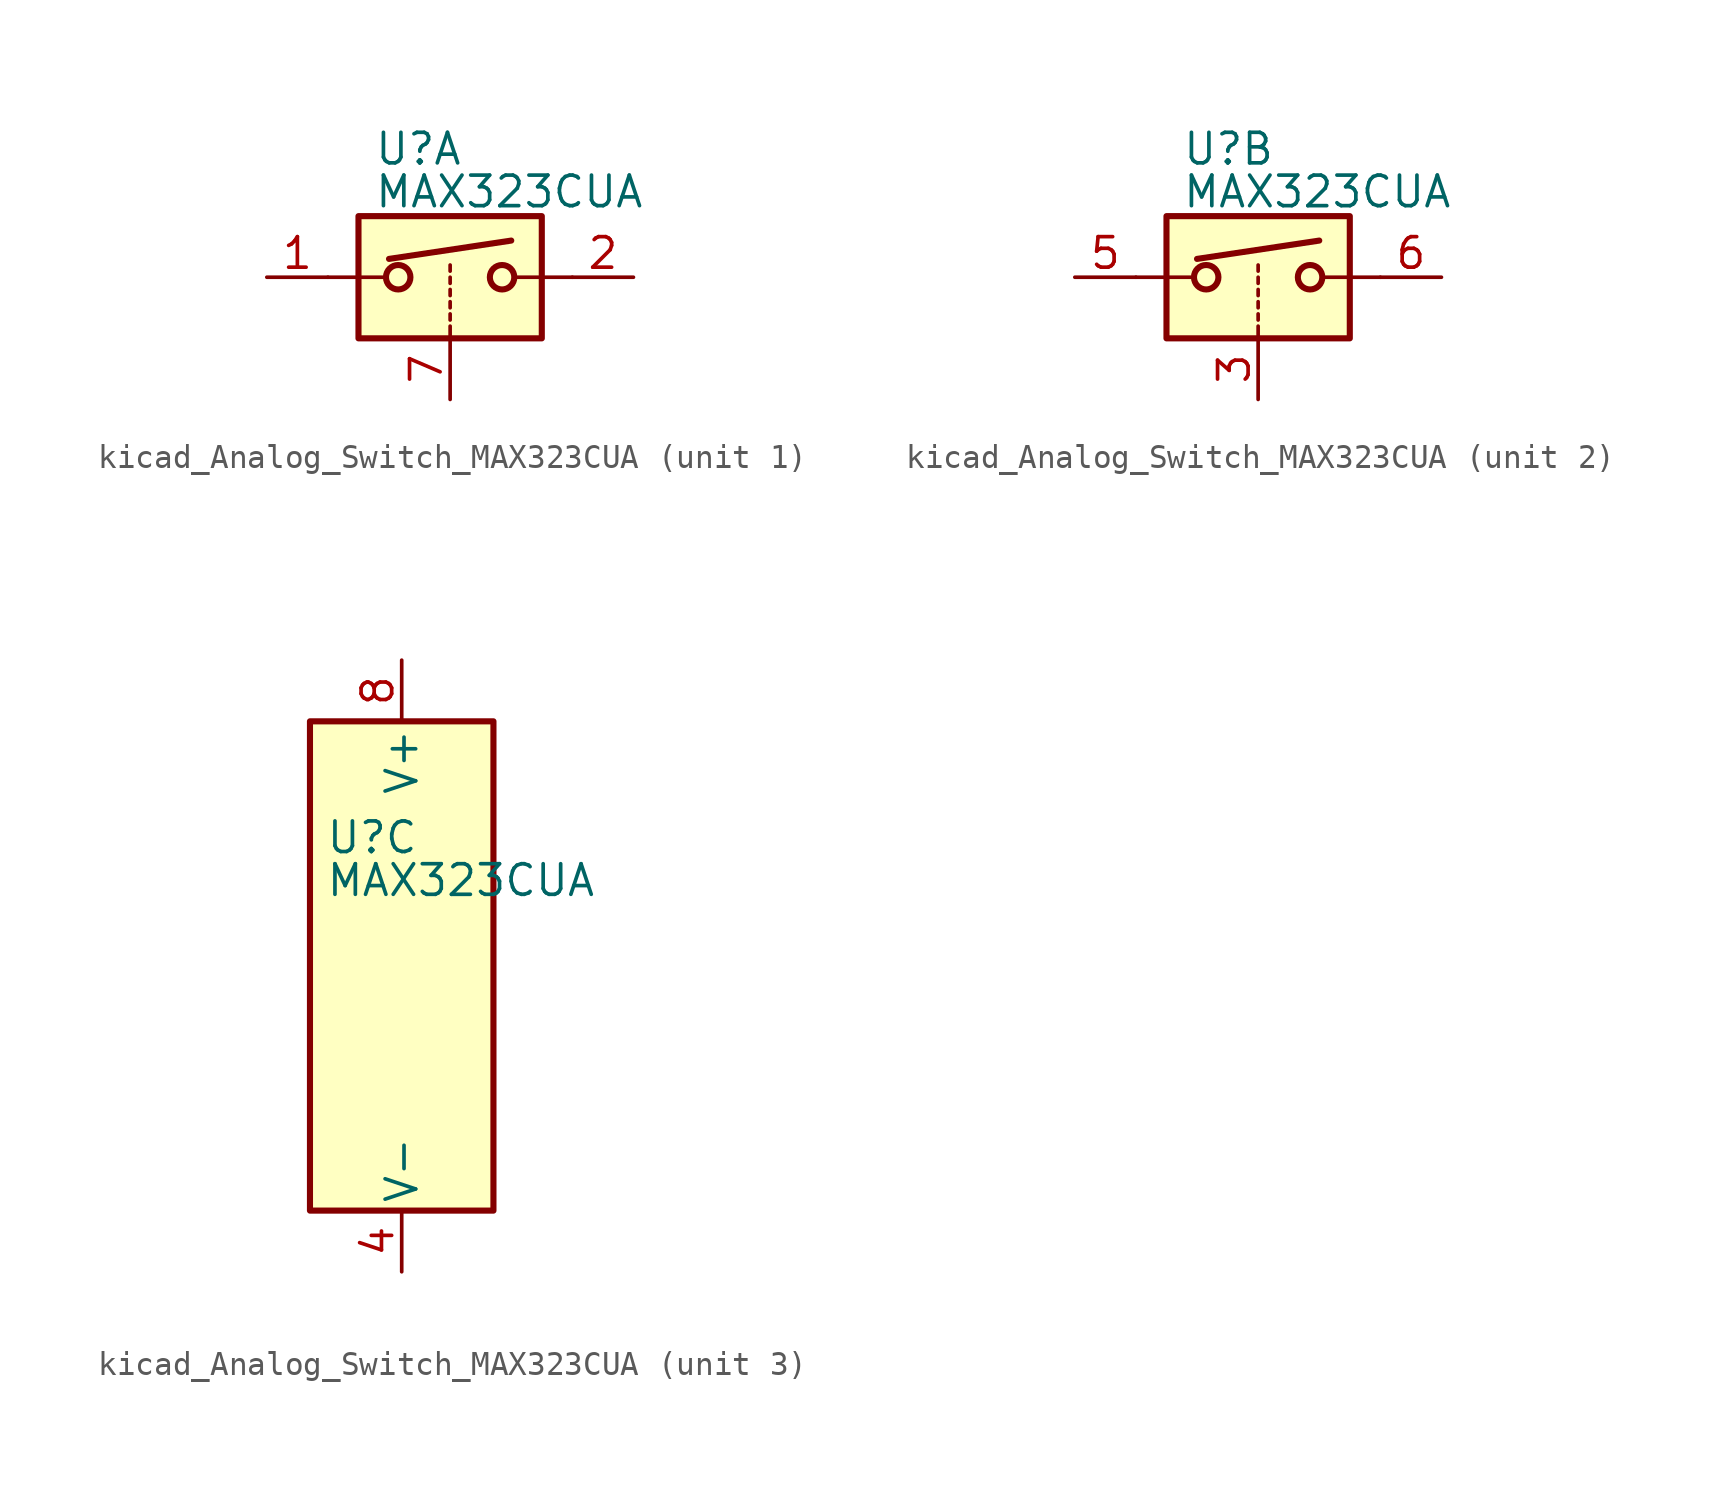
<source format=kicad_sym>
(kicad_symbol_lib
  (version 20220914)
  (generator kicad_symbol_editor)
  (symbol "kicad_Analog_Switch_MAX323CUA"
    (pin_names
      (offset 0.254))
    (property "Reference" "U"
      (at -3.175 5.334 0)
      (effects (font (size 1.27 1.27)) (justify left)))
    (property "Value" "MAX323CUA"
      (at -3.175 3.556 0)
      (effects (font (size 1.27 1.27)) (justify left)))
    (symbol "kicad_Analog_Switch_MAX323CUA_1_1"
      (rectangle (start -3.81 2.54) (end 3.81 -2.54) (stroke (width 0.254) (type default)) (fill (type background)))
      (circle (center -2.159 0) (radius 0.508) (stroke (width 0.254) (type default)) (fill (type none)))
      (polyline (pts (xy -5.08 0) (xy -2.794 0)) (stroke (width 0) (type default)) (fill (type none)))
      (polyline (pts (xy -2.54 0.762) (xy 2.54 1.524)) (stroke (width 0.254) (type default)) (fill (type none)))
      (polyline (pts (xy 0 -2.54) (xy 0 -2.032)) (stroke (width 0) (type default)) (fill (type none)))
      (polyline (pts (xy 0 -1.778) (xy 0 -1.524)) (stroke (width 0) (type default)) (fill (type none)))
      (polyline (pts (xy 0 -1.27) (xy 0 -1.016)) (stroke (width 0) (type default)) (fill (type none)))
      (polyline (pts (xy 0 -0.762) (xy 0 -0.508)) (stroke (width 0) (type default)) (fill (type none)))
      (polyline (pts (xy 0 -0.254) (xy 0 0)) (stroke (width 0) (type default)) (fill (type none)))
      (polyline (pts (xy 0 0.254) (xy 0 0.508)) (stroke (width 0) (type default)) (fill (type none)))
      (polyline (pts (xy 5.08 0) (xy 2.794 0)) (stroke (width 0) (type default)) (fill (type none)))
      (circle (center 2.159 0) (radius 0.508) (stroke (width 0.254) (type default)) (fill (type none)))
      (pin passive line (at -7.62 0 0) (length 2.54) (name "~" (effects (font (size 1.27 1.27)))) (number "1" (effects (font (size 1.27 1.27)))))
      (pin passive line (at 7.62 0 180) (length 2.54) (name "~" (effects (font (size 1.27 1.27)))) (number "2" (effects (font (size 1.27 1.27)))))
      (pin input line (at 0 -5.08 90) (length 2.54) (name "~" (effects (font (size 1.27 1.27)))) (number "7" (effects (font (size 1.27 1.27))))))
    (symbol "kicad_Analog_Switch_MAX323CUA_2_1"
      (rectangle (start -3.81 2.54) (end 3.81 -2.54) (stroke (width 0.254) (type default)) (fill (type background)))
      (circle (center -2.159 0) (radius 0.508) (stroke (width 0.254) (type default)) (fill (type none)))
      (polyline (pts (xy -5.08 0) (xy -2.794 0)) (stroke (width 0) (type default)) (fill (type none)))
      (polyline (pts (xy -2.54 0.762) (xy 2.54 1.524)) (stroke (width 0.254) (type default)) (fill (type none)))
      (polyline (pts (xy 0 -2.54) (xy 0 -2.032)) (stroke (width 0) (type default)) (fill (type none)))
      (polyline (pts (xy 0 -1.778) (xy 0 -1.524)) (stroke (width 0) (type default)) (fill (type none)))
      (polyline (pts (xy 0 -1.27) (xy 0 -1.016)) (stroke (width 0) (type default)) (fill (type none)))
      (polyline (pts (xy 0 -0.762) (xy 0 -0.508)) (stroke (width 0) (type default)) (fill (type none)))
      (polyline (pts (xy 0 -0.254) (xy 0 0)) (stroke (width 0) (type default)) (fill (type none)))
      (polyline (pts (xy 0 0.254) (xy 0 0.508)) (stroke (width 0) (type default)) (fill (type none)))
      (polyline (pts (xy 5.08 0) (xy 2.794 0)) (stroke (width 0) (type default)) (fill (type none)))
      (circle (center 2.159 0) (radius 0.508) (stroke (width 0.254) (type default)) (fill (type none)))
      (pin input line (at 0 -5.08 90) (length 2.54) (name "~" (effects (font (size 1.27 1.27)))) (number "3" (effects (font (size 1.27 1.27)))))
      (pin passive line (at -7.62 0 0) (length 2.54) (name "~" (effects (font (size 1.27 1.27)))) (number "5" (effects (font (size 1.27 1.27)))))
      (pin passive line (at 7.62 0 180) (length 2.54) (name "~" (effects (font (size 1.27 1.27)))) (number "6" (effects (font (size 1.27 1.27))))))
    (symbol "kicad_Analog_Switch_MAX323CUA_3_0"
      (pin power_in line (at 0 -12.7 90) (length 2.54) (name "V-" (effects (font (size 1.27 1.27)))) (number "4" (effects (font (size 1.27 1.27)))))
      (pin power_in line (at 0 12.7 270) (length 2.54) (name "V+" (effects (font (size 1.27 1.27)))) (number "8" (effects (font (size 1.27 1.27))))))
    (symbol "kicad_Analog_Switch_MAX323CUA_3_1"
      (rectangle (start -3.81 10.16) (end 3.81 -10.16) (stroke (width 0.254) (type default)) (fill (type background))))))
</source>
